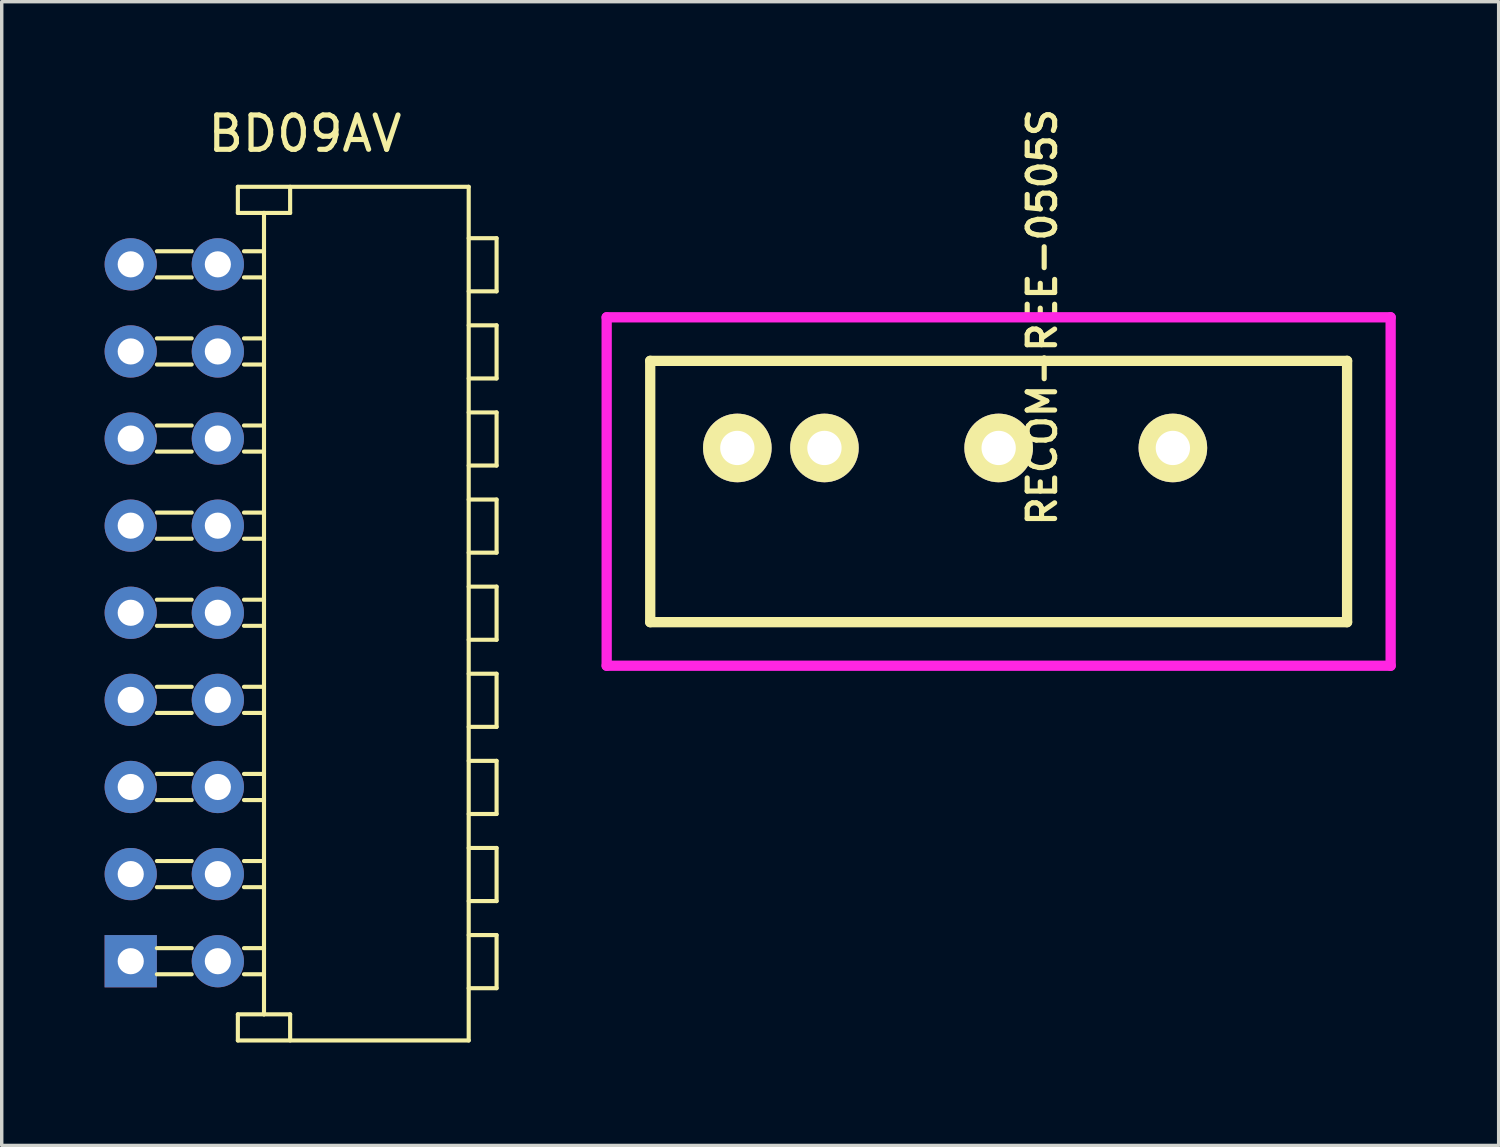
<source format=kicad_pcb>
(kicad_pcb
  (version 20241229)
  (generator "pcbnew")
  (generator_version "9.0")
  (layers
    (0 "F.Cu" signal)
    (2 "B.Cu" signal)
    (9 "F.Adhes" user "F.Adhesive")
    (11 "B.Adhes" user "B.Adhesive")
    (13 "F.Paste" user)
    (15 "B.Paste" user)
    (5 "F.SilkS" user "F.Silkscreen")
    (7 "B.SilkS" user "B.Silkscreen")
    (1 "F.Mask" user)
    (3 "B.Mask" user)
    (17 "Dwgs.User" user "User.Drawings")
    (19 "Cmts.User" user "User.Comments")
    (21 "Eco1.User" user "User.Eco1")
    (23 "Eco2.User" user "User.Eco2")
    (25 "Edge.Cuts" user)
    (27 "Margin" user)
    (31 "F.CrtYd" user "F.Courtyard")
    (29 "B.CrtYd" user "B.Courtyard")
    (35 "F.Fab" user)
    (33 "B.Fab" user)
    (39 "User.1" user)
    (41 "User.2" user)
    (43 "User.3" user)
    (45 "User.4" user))
  (footprint "BD09AV"
    (layer "F.Cu")
    (at 0.762 24.978)
    (property "Reference" "BD09AV" (at 5.08 -24.13 0) (layer "F.SilkS") (effects (font (size 1 1) (thickness 0.15))))
    (attr through_hole)
    (fp_line (start 0.762 -19.939) (end 1.778 -19.939) (stroke (width 0.12) (type solid)) (layer "F.SilkS"))
    (fp_line (start 0.762 -17.399) (end 1.778 -17.399) (stroke (width 0.12) (type solid)) (layer "F.SilkS"))
    (fp_line (start 0.762 -14.859) (end 1.778 -14.859) (stroke (width 0.12) (type solid)) (layer "F.SilkS"))
    (fp_line (start 0.762 -12.319) (end 1.778 -12.319) (stroke (width 0.12) (type solid)) (layer "F.SilkS"))
    (fp_line (start 0.762 -9.779) (end 1.778 -9.779) (stroke (width 0.12) (type solid)) (layer "F.SilkS"))
    (fp_line (start 0.762 -7.239) (end 1.778 -7.239) (stroke (width 0.12) (type solid)) (layer "F.SilkS"))
    (fp_line (start 0.762 -4.699) (end 1.778 -4.699) (stroke (width 0.12) (type solid)) (layer "F.SilkS"))
    (fp_line (start 0.762 -2.159) (end 1.778 -2.159) (stroke (width 0.12) (type solid)) (layer "F.SilkS"))
    (fp_line (start 0.762 0.381) (end 1.778 0.381) (stroke (width 0.12) (type solid)) (layer "F.SilkS"))
    (fp_line (start 1.778 -20.701) (end 0.762 -20.701) (stroke (width 0.12) (type solid)) (layer "F.SilkS"))
    (fp_line (start 1.778 -18.161) (end 0.762 -18.161) (stroke (width 0.12) (type solid)) (layer "F.SilkS"))
    (fp_line (start 1.778 -15.621) (end 0.762 -15.621) (stroke (width 0.12) (type solid)) (layer "F.SilkS"))
    (fp_line (start 1.778 -13.081) (end 0.762 -13.081) (stroke (width 0.12) (type solid)) (layer "F.SilkS"))
    (fp_line (start 1.778 -10.541) (end 0.762 -10.541) (stroke (width 0.12) (type solid)) (layer "F.SilkS"))
    (fp_line (start 1.778 -8.001) (end 0.762 -8.001) (stroke (width 0.12) (type solid)) (layer "F.SilkS"))
    (fp_line (start 1.778 -5.461) (end 0.762 -5.461) (stroke (width 0.12) (type solid)) (layer "F.SilkS"))
    (fp_line (start 1.778 -2.921) (end 0.762 -2.921) (stroke (width 0.12) (type solid)) (layer "F.SilkS"))
    (fp_line (start 1.778 -0.381) (end 0.762 -0.381) (stroke (width 0.12) (type solid)) (layer "F.SilkS"))
    (fp_line (start 3.124 -22.581) (end 3.124 -21.819) (stroke (width 0.12) (type solid)) (layer "F.SilkS"))
    (fp_line (start 3.124 -21.819) (end 3.886 -21.819) (stroke (width 0.12) (type solid)) (layer "F.SilkS"))
    (fp_line (start 3.124 2.311) (end 3.124 1.549) (stroke (width 0.12) (type solid)) (layer "F.SilkS"))
    (fp_line (start 3.124 2.311) (end 9.855 2.311) (stroke (width 0.12) (type solid)) (layer "F.SilkS"))
    (fp_line (start 3.302 -19.939) (end 3.886 -19.939) (stroke (width 0.12) (type solid)) (layer "F.SilkS"))
    (fp_line (start 3.302 -17.399) (end 3.886 -17.399) (stroke (width 0.12) (type solid)) (layer "F.SilkS"))
    (fp_line (start 3.302 -14.859) (end 3.886 -14.859) (stroke (width 0.12) (type solid)) (layer "F.SilkS"))
    (fp_line (start 3.302 -12.319) (end 3.886 -12.319) (stroke (width 0.12) (type solid)) (layer "F.SilkS"))
    (fp_line (start 3.302 -9.779) (end 3.886 -9.779) (stroke (width 0.12) (type solid)) (layer "F.SilkS"))
    (fp_line (start 3.302 -7.239) (end 3.886 -7.239) (stroke (width 0.12) (type solid)) (layer "F.SilkS"))
    (fp_line (start 3.302 -4.699) (end 3.886 -4.699) (stroke (width 0.12) (type solid)) (layer "F.SilkS"))
    (fp_line (start 3.302 -2.159) (end 3.886 -2.159) (stroke (width 0.12) (type solid)) (layer "F.SilkS"))
    (fp_line (start 3.302 0.381) (end 3.886 0.381) (stroke (width 0.12) (type solid)) (layer "F.SilkS"))
    (fp_line (start 3.886 -21.819) (end 4.648 -21.819) (stroke (width 0.12) (type solid)) (layer "F.SilkS"))
    (fp_line (start 3.886 -20.701) (end 3.302 -20.701) (stroke (width 0.12) (type solid)) (layer "F.SilkS"))
    (fp_line (start 3.886 -18.161) (end 3.302 -18.161) (stroke (width 0.12) (type solid)) (layer "F.SilkS"))
    (fp_line (start 3.886 -15.621) (end 3.302 -15.621) (stroke (width 0.12) (type solid)) (layer "F.SilkS"))
    (fp_line (start 3.886 -13.081) (end 3.302 -13.081) (stroke (width 0.12) (type solid)) (layer "F.SilkS"))
    (fp_line (start 3.886 -10.541) (end 3.302 -10.541) (stroke (width 0.12) (type solid)) (layer "F.SilkS"))
    (fp_line (start 3.886 -8.001) (end 3.302 -8.001) (stroke (width 0.12) (type solid)) (layer "F.SilkS"))
    (fp_line (start 3.886 -5.461) (end 3.302 -5.461) (stroke (width 0.12) (type solid)) (layer "F.SilkS"))
    (fp_line (start 3.886 -2.921) (end 3.302 -2.921) (stroke (width 0.12) (type solid)) (layer "F.SilkS"))
    (fp_line (start 3.886 -0.381) (end 3.302 -0.381) (stroke (width 0.12) (type solid)) (layer "F.SilkS"))
    (fp_line (start 3.886 1.549) (end 3.124 1.549) (stroke (width 0.12) (type solid)) (layer "F.SilkS"))
    (fp_line (start 3.886 1.549) (end 3.886 -21.819) (stroke (width 0.12) (type solid)) (layer "F.SilkS"))
    (fp_line (start 3.886 1.549) (end 4.648 1.549) (stroke (width 0.12) (type solid)) (layer "F.SilkS"))
    (fp_line (start 4.648 -21.819) (end 4.648 -22.581) (stroke (width 0.12) (type solid)) (layer "F.SilkS"))
    (fp_line (start 4.648 2.311) (end 4.648 1.549) (stroke (width 0.12) (type solid)) (layer "F.SilkS"))
    (fp_line (start 9.855 -22.581) (end 3.124 -22.581) (stroke (width 0.12) (type solid)) (layer "F.SilkS"))
    (fp_line (start 9.855 -22.581) (end 9.855 2.311) (stroke (width 0.12) (type solid)) (layer "F.SilkS"))
    (fp_line (start 10.668 -21.082) (end 9.855 -21.082) (stroke (width 0.12) (type solid)) (layer "F.SilkS"))
    (fp_line (start 10.668 -21.082) (end 10.668 -19.533) (stroke (width 0.12) (type solid)) (layer "F.SilkS"))
    (fp_line (start 10.668 -19.533) (end 9.855 -19.533) (stroke (width 0.12) (type solid)) (layer "F.SilkS"))
    (fp_line (start 10.668 -18.542) (end 9.855 -18.542) (stroke (width 0.12) (type solid)) (layer "F.SilkS"))
    (fp_line (start 10.668 -18.542) (end 10.668 -16.993) (stroke (width 0.12) (type solid)) (layer "F.SilkS"))
    (fp_line (start 10.668 -16.993) (end 9.855 -16.993) (stroke (width 0.12) (type solid)) (layer "F.SilkS"))
    (fp_line (start 10.668 -16.002) (end 9.855 -16.002) (stroke (width 0.12) (type solid)) (layer "F.SilkS"))
    (fp_line (start 10.668 -16.002) (end 10.668 -14.453) (stroke (width 0.12) (type solid)) (layer "F.SilkS"))
    (fp_line (start 10.668 -14.453) (end 9.855 -14.453) (stroke (width 0.12) (type solid)) (layer "F.SilkS"))
    (fp_line (start 10.668 -13.462) (end 9.855 -13.462) (stroke (width 0.12) (type solid)) (layer "F.SilkS"))
    (fp_line (start 10.668 -13.462) (end 10.668 -11.913) (stroke (width 0.12) (type solid)) (layer "F.SilkS"))
    (fp_line (start 10.668 -11.913) (end 9.855 -11.913) (stroke (width 0.12) (type solid)) (layer "F.SilkS"))
    (fp_line (start 10.668 -10.922) (end 9.855 -10.922) (stroke (width 0.12) (type solid)) (layer "F.SilkS"))
    (fp_line (start 10.668 -10.922) (end 10.668 -9.373) (stroke (width 0.12) (type solid)) (layer "F.SilkS"))
    (fp_line (start 10.668 -9.373) (end 9.855 -9.373) (stroke (width 0.12) (type solid)) (layer "F.SilkS"))
    (fp_line (start 10.668 -8.382) (end 9.855 -8.382) (stroke (width 0.12) (type solid)) (layer "F.SilkS"))
    (fp_line (start 10.668 -8.382) (end 10.668 -6.833) (stroke (width 0.12) (type solid)) (layer "F.SilkS"))
    (fp_line (start 10.668 -6.833) (end 9.855 -6.833) (stroke (width 0.12) (type solid)) (layer "F.SilkS"))
    (fp_line (start 10.668 -5.842) (end 9.855 -5.842) (stroke (width 0.12) (type solid)) (layer "F.SilkS"))
    (fp_line (start 10.668 -5.842) (end 10.668 -4.293) (stroke (width 0.12) (type solid)) (layer "F.SilkS"))
    (fp_line (start 10.668 -4.293) (end 9.855 -4.293) (stroke (width 0.12) (type solid)) (layer "F.SilkS"))
    (fp_line (start 10.668 -3.302) (end 9.855 -3.302) (stroke (width 0.12) (type solid)) (layer "F.SilkS"))
    (fp_line (start 10.668 -3.302) (end 10.668 -1.753) (stroke (width 0.12) (type solid)) (layer "F.SilkS"))
    (fp_line (start 10.668 -1.753) (end 9.855 -1.753) (stroke (width 0.12) (type solid)) (layer "F.SilkS"))
    (fp_line (start 10.668 -0.762) (end 9.855 -0.762) (stroke (width 0.12) (type solid)) (layer "F.SilkS"))
    (fp_line (start 10.668 -0.762) (end 10.668 0.787) (stroke (width 0.12) (type solid)) (layer "F.SilkS"))
    (fp_line (start 10.668 0.787) (end 9.855 0.787) (stroke (width 0.12) (type solid)) (layer "F.SilkS"))
    (pad "1" thru_hole rect (at 0 0) (size 1.524 1.524) (drill 0.762) (layers "*.Cu" "*.Mask"))
    (pad "2" thru_hole circle (at 0 -2.54) (size 1.524 1.524) (drill 0.762) (layers "*.Cu" "*.Mask"))
    (pad "3" thru_hole circle (at 0 -5.08) (size 1.524 1.524) (drill 0.762) (layers "*.Cu" "*.Mask"))
    (pad "4" thru_hole circle (at 0 -7.62) (size 1.524 1.524) (drill 0.762) (layers "*.Cu" "*.Mask"))
    (pad "5" thru_hole circle (at 0 -10.16) (size 1.524 1.524) (drill 0.762) (layers "*.Cu" "*.Mask"))
    (pad "6" thru_hole circle (at 0 -12.7) (size 1.524 1.524) (drill 0.762) (layers "*.Cu" "*.Mask"))
    (pad "7" thru_hole circle (at 0 -15.24) (size 1.524 1.524) (drill 0.762) (layers "*.Cu" "*.Mask"))
    (pad "8" thru_hole circle (at 0 -17.78) (size 1.524 1.524) (drill 0.762) (layers "*.Cu" "*.Mask"))
    (pad "9" thru_hole circle (at 0 -20.32) (size 1.524 1.524) (drill 0.762) (layers "*.Cu" "*.Mask"))
    (pad "10" thru_hole circle (at 2.54 -20.32) (size 1.524 1.524) (drill 0.762) (layers "*.Cu" "*.Mask"))
    (pad "11" thru_hole circle (at 2.54 -17.78) (size 1.524 1.524) (drill 0.762) (layers "*.Cu" "*.Mask"))
    (pad "12" thru_hole circle (at 2.54 -15.24) (size 1.524 1.524) (drill 0.762) (layers "*.Cu" "*.Mask"))
    (pad "13" thru_hole circle (at 2.54 -12.7) (size 1.524 1.524) (drill 0.762) (layers "*.Cu" "*.Mask"))
    (pad "14" thru_hole circle (at 2.54 -10.16) (size 1.524 1.524) (drill 0.762) (layers "*.Cu" "*.Mask"))
    (pad "15" thru_hole circle (at 2.54 -7.62) (size 1.524 1.524) (drill 0.762) (layers "*.Cu" "*.Mask"))
    (pad "16" thru_hole circle (at 2.54 -5.08) (size 1.524 1.524) (drill 0.762) (layers "*.Cu" "*.Mask"))
    (pad "17" thru_hole circle (at 2.54 -2.54) (size 1.524 1.524) (drill 0.762) (layers "*.Cu" "*.Mask"))
    (pad "18" thru_hole circle (at 2.54 0) (size 1.524 1.524) (drill 0.762) (layers "*.Cu" "*.Mask")))
  (footprint "RECOM-REE-0505S"
    (layer "F.Cu")
    (at 26.07 10.012)
    (property "Reference" "RECOM-REE-0505S" (at 1.27 -3.81 270) (layer "F.SilkS") (effects (font (size 0.8 0.8) (thickness 0.15))))
    (attr through_hole)
    (fp_line (start -10.16 -2.54) (end 10.16 -2.54) (stroke (width 0.3) (type solid)) (layer "F.SilkS"))
    (fp_line (start -10.16 5.08) (end -10.16 -2.54) (stroke (width 0.3) (type solid)) (layer "F.SilkS"))
    (fp_line (start 10.16 -2.54) (end 10.16 5.08) (stroke (width 0.3) (type solid)) (layer "F.SilkS"))
    (fp_line (start 10.16 5.08) (end -10.16 5.08) (stroke (width 0.3) (type solid)) (layer "F.SilkS"))
    (fp_line (start -11.43 -3.81) (end 11.43 -3.81) (stroke (width 0.3) (type solid)) (layer "F.CrtYd"))
    (fp_line (start -11.43 6.35) (end -11.43 -3.81) (stroke (width 0.3) (type solid)) (layer "F.CrtYd"))
    (fp_line (start 11.43 -3.81) (end 11.43 6.35) (stroke (width 0.3) (type solid)) (layer "F.CrtYd"))
    (fp_line (start 11.43 6.35) (end -11.43 6.35) (stroke (width 0.3) (type solid)) (layer "F.CrtYd"))
    (pad "1" thru_hole circle (at -7.62 0) (size 2 2) (drill 1) (layers "*.Cu" "*.Mask" "F.SilkS"))
    (pad "2" thru_hole circle (at -5.08 0) (size 2 2) (drill 1) (layers "*.Cu" "*.Mask" "F.SilkS"))
    (pad "4" thru_hole circle (at 0 0) (size 2 2) (drill 1) (layers "*.Cu" "*.Mask" "F.SilkS"))
    (pad "6" thru_hole circle (at 5.08 0) (size 2 2) (drill 1) (layers "*.Cu" "*.Mask" "F.SilkS")))
  (gr_rect
    (start -3 -3)
    (end 40.65 30.35)
    (stroke (width 0.1) (type default))
    (fill no)
    (layer "Edge.Cuts")))
</source>
